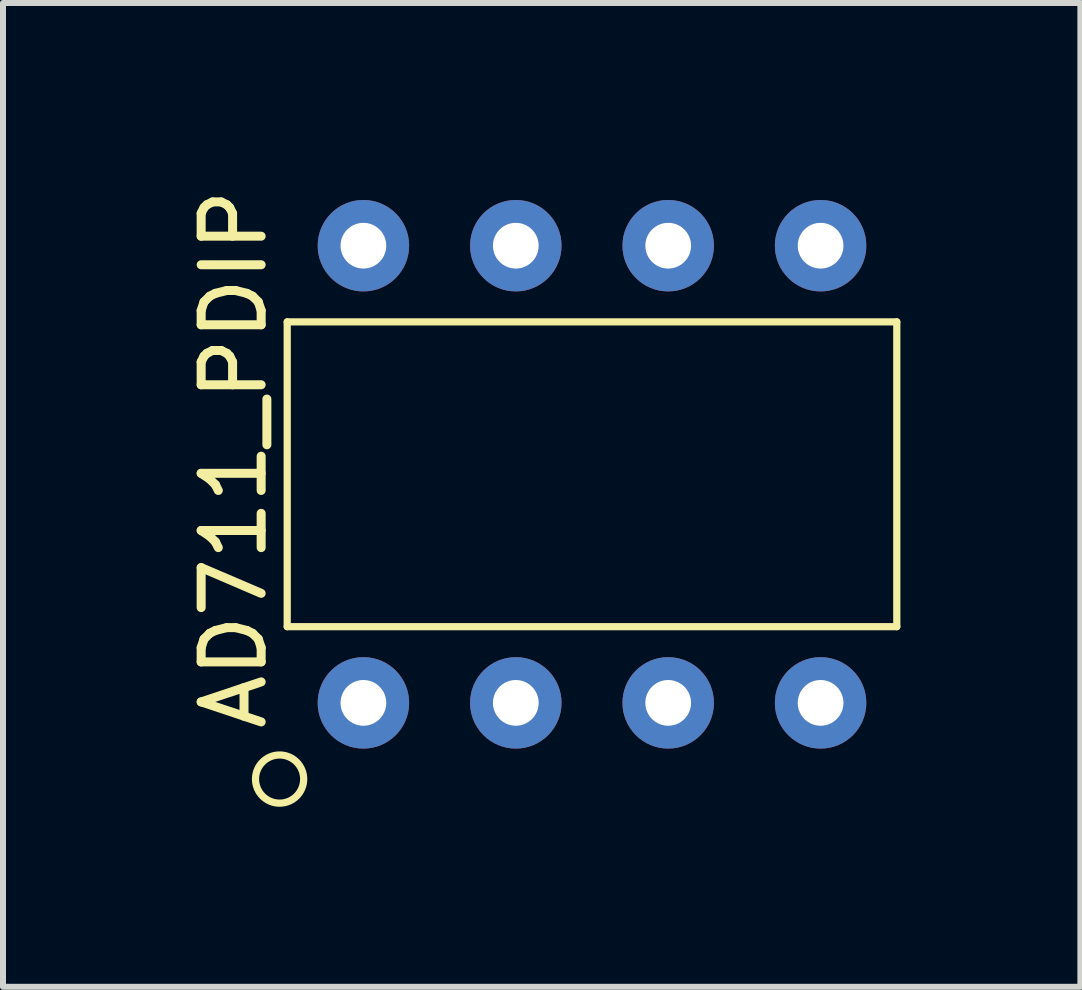
<source format=kicad_pcb>
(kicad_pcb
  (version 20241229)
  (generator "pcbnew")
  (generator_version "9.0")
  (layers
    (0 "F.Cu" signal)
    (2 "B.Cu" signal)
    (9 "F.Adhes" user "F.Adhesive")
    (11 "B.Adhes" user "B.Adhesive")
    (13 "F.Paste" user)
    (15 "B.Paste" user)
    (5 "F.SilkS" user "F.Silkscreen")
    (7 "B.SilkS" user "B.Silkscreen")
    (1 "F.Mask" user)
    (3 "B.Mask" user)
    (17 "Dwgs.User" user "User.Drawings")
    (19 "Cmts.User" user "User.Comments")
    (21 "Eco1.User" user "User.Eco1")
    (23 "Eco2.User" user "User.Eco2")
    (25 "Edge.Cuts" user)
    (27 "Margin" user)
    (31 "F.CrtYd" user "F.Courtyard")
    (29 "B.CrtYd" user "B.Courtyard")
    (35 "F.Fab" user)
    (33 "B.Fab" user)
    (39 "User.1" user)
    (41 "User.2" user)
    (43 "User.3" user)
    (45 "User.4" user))
  (footprint "AD711_PDIP"
    (layer "F.Cu")
    (at 6.817 4.855)
    (property "Reference" "AD711_PDIP" (at -5.969 -0.254 90) (layer "F.SilkS") (effects (font (size 1 1) (thickness 0.15))))
    (attr through_hole)
    (fp_line (start -5.08 -2.54) (end 5.08 -2.54) (stroke (width 0.12) (type solid)) (layer "F.SilkS"))
    (fp_line (start -5.08 2.54) (end -5.08 -2.54) (stroke (width 0.12) (type solid)) (layer "F.SilkS"))
    (fp_line (start 5.08 -2.54) (end 5.08 2.54) (stroke (width 0.12) (type solid)) (layer "F.SilkS"))
    (fp_line (start 5.08 2.54) (end -5.08 2.54) (stroke (width 0.12) (type solid)) (layer "F.SilkS"))
    (fp_circle (center -5.207 5.08) (end -4.826 4.953) (stroke (width 0.12) (type solid)) (fill no) (layer "F.SilkS"))
    (pad "1" thru_hole circle (at -3.81 3.81) (size 1.524 1.524) (drill 0.762) (layers "*.Cu" "*.Mask"))
    (pad "2" thru_hole circle (at -1.27 3.81) (size 1.524 1.524) (drill 0.762) (layers "*.Cu" "*.Mask"))
    (pad "3" thru_hole circle (at 1.27 3.81) (size 1.524 1.524) (drill 0.762) (layers "*.Cu" "*.Mask"))
    (pad "4" thru_hole circle (at 3.81 3.81) (size 1.524 1.524) (drill 0.762) (layers "*.Cu" "*.Mask"))
    (pad "5" thru_hole circle (at 3.81 -3.81) (size 1.524 1.524) (drill 0.762) (layers "*.Cu" "*.Mask"))
    (pad "6" thru_hole circle (at 1.27 -3.81) (size 1.524 1.524) (drill 0.762) (layers "*.Cu" "*.Mask"))
    (pad "7" thru_hole circle (at -1.27 -3.81) (size 1.524 1.524) (drill 0.762) (layers "*.Cu" "*.Mask"))
    (pad "8" thru_hole circle (at -3.81 -3.81) (size 1.524 1.524) (drill 0.762) (layers "*.Cu" "*.Mask")))
  (gr_rect
    (start -3 -3)
    (end 14.957 13.397)
    (stroke (width 0.1) (type default))
    (fill no)
    (layer "Edge.Cuts")))
</source>
